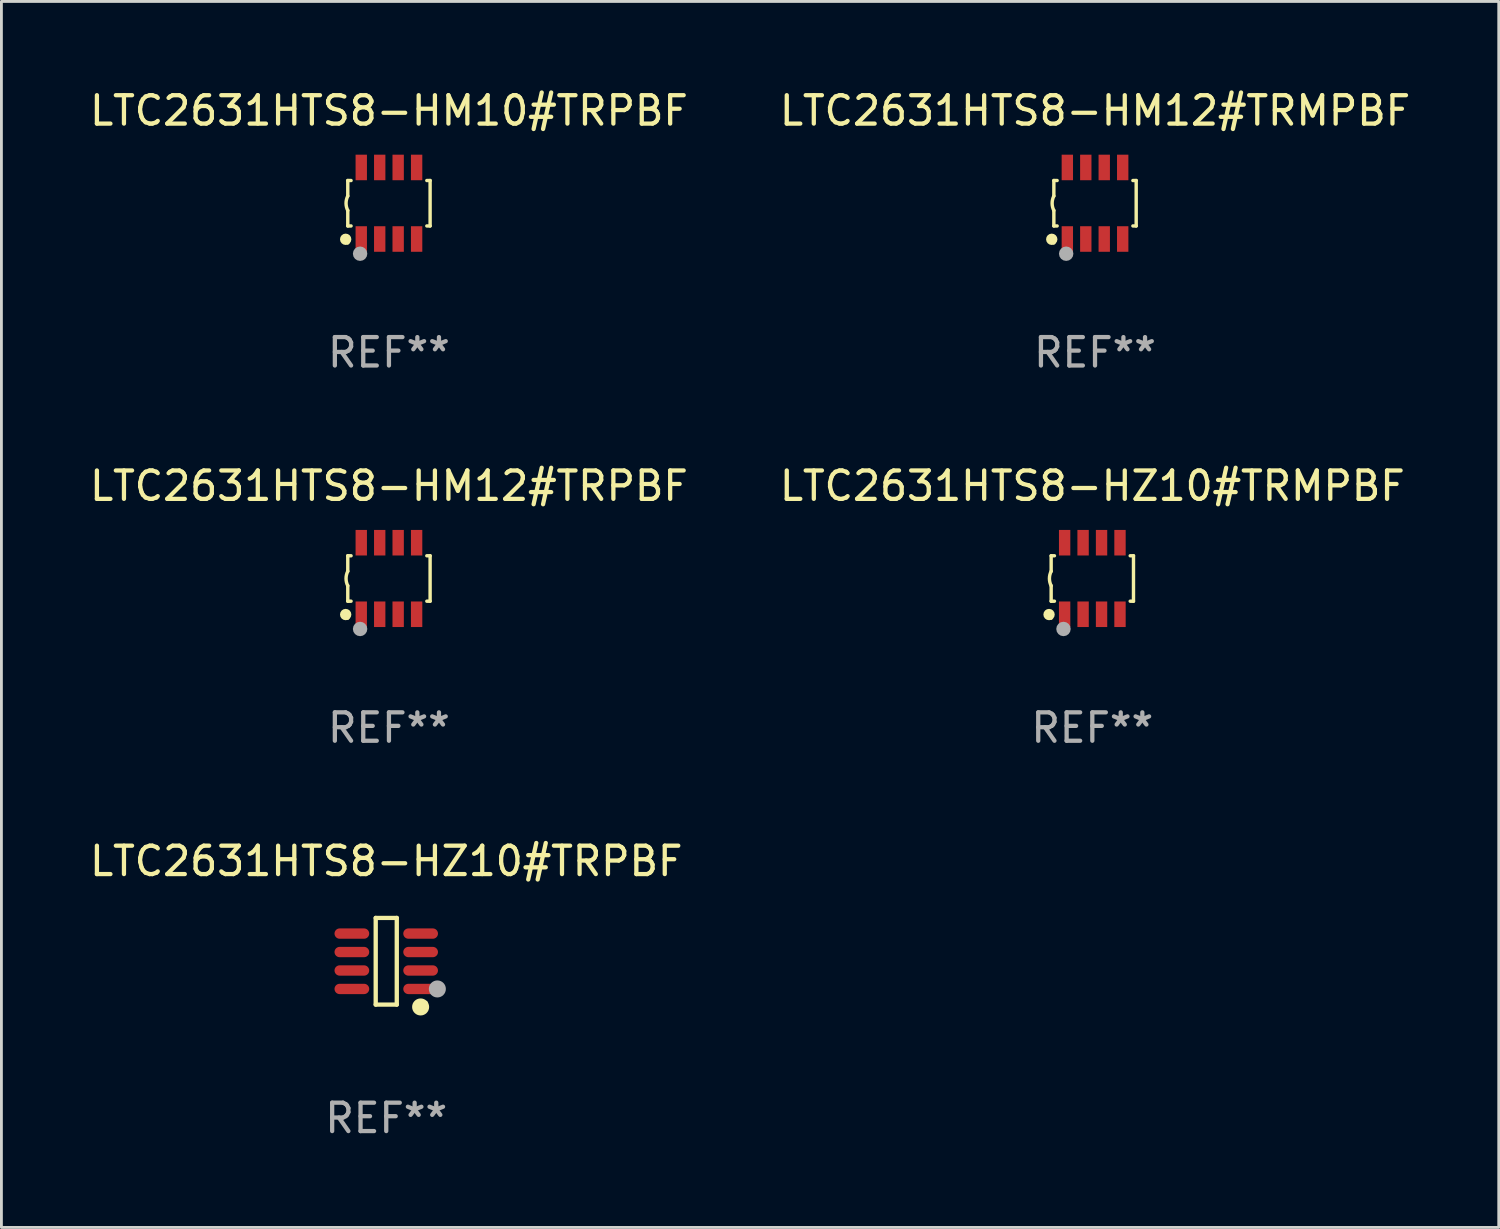
<source format=kicad_pcb>
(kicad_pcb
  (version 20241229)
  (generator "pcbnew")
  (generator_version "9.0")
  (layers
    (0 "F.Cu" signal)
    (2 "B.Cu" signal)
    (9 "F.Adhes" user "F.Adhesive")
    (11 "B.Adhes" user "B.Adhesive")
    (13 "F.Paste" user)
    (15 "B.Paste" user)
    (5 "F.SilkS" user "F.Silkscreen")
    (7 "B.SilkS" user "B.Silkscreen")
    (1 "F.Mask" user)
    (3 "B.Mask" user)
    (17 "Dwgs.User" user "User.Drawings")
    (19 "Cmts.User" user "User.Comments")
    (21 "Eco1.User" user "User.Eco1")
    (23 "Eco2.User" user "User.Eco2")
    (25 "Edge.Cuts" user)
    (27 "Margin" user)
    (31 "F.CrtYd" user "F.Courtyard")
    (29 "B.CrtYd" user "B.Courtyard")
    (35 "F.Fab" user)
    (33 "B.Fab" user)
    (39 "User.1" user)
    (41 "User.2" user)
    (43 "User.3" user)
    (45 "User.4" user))
  (footprint "LTC2631HTS8-HM12#TRPBF"
    (layer "F.Cu")
    (at 10.649 17.325)
    (property "Reference" "LTC2631HTS8-HM12#TRPBF" (at 0 -3.26 0) (layer "F.SilkS") (effects (font (size 1 1) (thickness 0.15))))
    (attr through_hole)
    (fp_line (start -1.45 -0.8) (end -1.45 -0.254) (stroke (width 0.12) (type solid)) (layer "F.SilkS"))
    (fp_line (start -1.45 -0.8) (end -1.334 -0.8) (stroke (width 0.12) (type solid)) (layer "F.SilkS"))
    (fp_line (start -1.45 0.8) (end -1.45 0.254) (stroke (width 0.12) (type solid)) (layer "F.SilkS"))
    (fp_line (start -1.45 0.8) (end -1.334 0.8) (stroke (width 0.12) (type solid)) (layer "F.SilkS"))
    (fp_line (start 1.334 -0.8) (end 1.45 -0.8) (stroke (width 0.12) (type solid)) (layer "F.SilkS"))
    (fp_line (start 1.334 0.8) (end 1.45 0.8) (stroke (width 0.12) (type solid)) (layer "F.SilkS"))
    (fp_line (start 1.45 0.8) (end 1.45 -0.8) (stroke (width 0.12) (type solid)) (layer "F.SilkS"))
    (fp_arc (start -1.45075 0.255144) (mid -1.510605 0.000434) (end -1.450013 -0.254102) (stroke (width 0.11999) (type solid)) (layer "F.SilkS"))
    (fp_circle (center -1.524 1.27) (end -1.424 1.27) (stroke (width 0.2) (type solid)) (fill no) (layer "F.SilkS"))
    (fp_circle (center -1.45 1.4) (end -1.42 1.4) (stroke (width 0.06) (type solid)) (fill no) (layer "F.SilkS"))
    (fp_circle (center -1.016 1.778) (end -0.889 1.778) (stroke (width 0.254) (type solid)) (fill no) (layer "F.Fab"))
    (fp_text user "REF**" (at 0 5.26 0) (layer "F.Fab") (effects (font (size 1 1) (thickness 0.15))))
    (pad "1" smd rect (at -0.975 1.26) (size 0.4 0.9) (layers "F.Cu" "F.Mask" "F.Paste"))
    (pad "2" smd rect (at -0.325 1.26) (size 0.4 0.9) (layers "F.Cu" "F.Mask" "F.Paste"))
    (pad "3" smd rect (at 0.325 1.26) (size 0.4 0.9) (layers "F.Cu" "F.Mask" "F.Paste"))
    (pad "4" smd rect (at 0.975 1.26) (size 0.4 0.9) (layers "F.Cu" "F.Mask" "F.Paste"))
    (pad "5" smd rect (at 0.975 -1.26) (size 0.4 0.9) (layers "F.Cu" "F.Mask" "F.Paste"))
    (pad "6" smd rect (at 0.325 -1.26) (size 0.4 0.9) (layers "F.Cu" "F.Mask" "F.Paste"))
    (pad "7" smd rect (at -0.325 -1.26) (size 0.4 0.9) (layers "F.Cu" "F.Mask" "F.Paste"))
    (pad "8" smd rect (at -0.975 -1.26) (size 0.4 0.9) (layers "F.Cu" "F.Mask" "F.Paste")))
  (footprint "LTC2631HTS8-HZ10#TRMPBF"
    (layer "F.Cu")
    (at 35.423 17.325)
    (property "Reference" "LTC2631HTS8-HZ10#TRMPBF" (at 0 -3.26 0) (layer "F.SilkS") (effects (font (size 1 1) (thickness 0.15))))
    (attr through_hole)
    (fp_line (start -1.45 -0.8) (end -1.45 -0.254) (stroke (width 0.12) (type solid)) (layer "F.SilkS"))
    (fp_line (start -1.45 -0.8) (end -1.334 -0.8) (stroke (width 0.12) (type solid)) (layer "F.SilkS"))
    (fp_line (start -1.45 0.8) (end -1.45 0.254) (stroke (width 0.12) (type solid)) (layer "F.SilkS"))
    (fp_line (start -1.45 0.8) (end -1.334 0.8) (stroke (width 0.12) (type solid)) (layer "F.SilkS"))
    (fp_line (start 1.334 -0.8) (end 1.45 -0.8) (stroke (width 0.12) (type solid)) (layer "F.SilkS"))
    (fp_line (start 1.334 0.8) (end 1.45 0.8) (stroke (width 0.12) (type solid)) (layer "F.SilkS"))
    (fp_line (start 1.45 0.8) (end 1.45 -0.8) (stroke (width 0.12) (type solid)) (layer "F.SilkS"))
    (fp_arc (start -1.45075 0.255144) (mid -1.510605 0.000434) (end -1.450013 -0.254102) (stroke (width 0.11999) (type solid)) (layer "F.SilkS"))
    (fp_circle (center -1.524 1.27) (end -1.424 1.27) (stroke (width 0.2) (type solid)) (fill no) (layer "F.SilkS"))
    (fp_circle (center -1.45 1.4) (end -1.42 1.4) (stroke (width 0.06) (type solid)) (fill no) (layer "F.SilkS"))
    (fp_circle (center -1.016 1.778) (end -0.889 1.778) (stroke (width 0.254) (type solid)) (fill no) (layer "F.Fab"))
    (fp_text user "REF**" (at 0 5.26 0) (layer "F.Fab") (effects (font (size 1 1) (thickness 0.15))))
    (pad "1" smd rect (at -0.975 1.26) (size 0.4 0.9) (layers "F.Cu" "F.Mask" "F.Paste"))
    (pad "2" smd rect (at -0.325 1.26) (size 0.4 0.9) (layers "F.Cu" "F.Mask" "F.Paste"))
    (pad "3" smd rect (at 0.325 1.26) (size 0.4 0.9) (layers "F.Cu" "F.Mask" "F.Paste"))
    (pad "4" smd rect (at 0.975 1.26) (size 0.4 0.9) (layers "F.Cu" "F.Mask" "F.Paste"))
    (pad "5" smd rect (at 0.975 -1.26) (size 0.4 0.9) (layers "F.Cu" "F.Mask" "F.Paste"))
    (pad "6" smd rect (at 0.325 -1.26) (size 0.4 0.9) (layers "F.Cu" "F.Mask" "F.Paste"))
    (pad "7" smd rect (at -0.325 -1.26) (size 0.4 0.9) (layers "F.Cu" "F.Mask" "F.Paste"))
    (pad "8" smd rect (at -0.975 -1.26) (size 0.4 0.9) (layers "F.Cu" "F.Mask" "F.Paste")))
  (footprint "LTC2631HTS8-HZ10#TRPBF"
    (layer "F.Cu")
    (at 10.554 30.807)
    (property "Reference" "LTC2631HTS8-HZ10#TRPBF" (at 0 -3.526 0) (layer "F.SilkS") (effects (font (size 1 1) (thickness 0.15))))
    (attr through_hole)
    (fp_line (start -0.371 -1.526) (end 0.371 -1.526) (stroke (width 0.152) (type solid)) (layer "F.SilkS"))
    (fp_line (start -0.371 1.526) (end -0.371 -1.526) (stroke (width 0.152) (type solid)) (layer "F.SilkS"))
    (fp_line (start 0.371 -1.526) (end 0.371 1.526) (stroke (width 0.152) (type solid)) (layer "F.SilkS"))
    (fp_line (start 0.371 1.526) (end -0.371 1.526) (stroke (width 0.152) (type solid)) (layer "F.SilkS"))
    (fp_circle (center 1.211 1.609) (end 1.361 1.609) (stroke (width 0.3) (type solid)) (fill no) (layer "F.SilkS"))
    (fp_circle (center 1.4 1.45) (end 1.43 1.45) (stroke (width 0.06) (type solid)) (fill no) (layer "F.SilkS"))
    (fp_circle (center 1.8 0.975) (end 1.95 0.975) (stroke (width 0.3) (type solid)) (fill no) (layer "F.Fab"))
    (fp_text user "REF**" (at 0 5.526 0) (layer "F.Fab") (effects (font (size 1 1) (thickness 0.15))))
    (pad "1" smd oval (at 1.211 0.975) (size 1.222 0.364) (layers "F.Cu" "F.Mask" "F.Paste"))
    (pad "2" smd oval (at 1.211 0.325) (size 1.222 0.364) (layers "F.Cu" "F.Mask" "F.Paste"))
    (pad "3" smd oval (at 1.211 -0.325) (size 1.222 0.364) (layers "F.Cu" "F.Mask" "F.Paste"))
    (pad "4" smd oval (at 1.211 -0.975) (size 1.222 0.364) (layers "F.Cu" "F.Mask" "F.Paste"))
    (pad "5" smd oval (at -1.211 -0.975) (size 1.222 0.364) (layers "F.Cu" "F.Mask" "F.Paste"))
    (pad "6" smd oval (at -1.211 -0.325) (size 1.222 0.364) (layers "F.Cu" "F.Mask" "F.Paste"))
    (pad "7" smd oval (at -1.211 0.325) (size 1.222 0.364) (layers "F.Cu" "F.Mask" "F.Paste"))
    (pad "8" smd oval (at -1.211 0.975) (size 1.222 0.364) (layers "F.Cu" "F.Mask" "F.Paste")))
  (footprint "LTC2631HTS8-HM12#TRMPBF"
    (layer "F.Cu")
    (at 35.518 4.108)
    (property "Reference" "LTC2631HTS8-HM12#TRMPBF" (at 0 -3.26 0) (layer "F.SilkS") (effects (font (size 1 1) (thickness 0.15))))
    (attr through_hole)
    (fp_line (start -1.45 -0.8) (end -1.45 -0.254) (stroke (width 0.12) (type solid)) (layer "F.SilkS"))
    (fp_line (start -1.45 -0.8) (end -1.334 -0.8) (stroke (width 0.12) (type solid)) (layer "F.SilkS"))
    (fp_line (start -1.45 0.8) (end -1.45 0.254) (stroke (width 0.12) (type solid)) (layer "F.SilkS"))
    (fp_line (start -1.45 0.8) (end -1.334 0.8) (stroke (width 0.12) (type solid)) (layer "F.SilkS"))
    (fp_line (start 1.334 -0.8) (end 1.45 -0.8) (stroke (width 0.12) (type solid)) (layer "F.SilkS"))
    (fp_line (start 1.334 0.8) (end 1.45 0.8) (stroke (width 0.12) (type solid)) (layer "F.SilkS"))
    (fp_line (start 1.45 0.8) (end 1.45 -0.8) (stroke (width 0.12) (type solid)) (layer "F.SilkS"))
    (fp_arc (start -1.45075 0.255144) (mid -1.510605 0.000434) (end -1.450013 -0.254102) (stroke (width 0.11999) (type solid)) (layer "F.SilkS"))
    (fp_circle (center -1.524 1.27) (end -1.424 1.27) (stroke (width 0.2) (type solid)) (fill no) (layer "F.SilkS"))
    (fp_circle (center -1.45 1.4) (end -1.42 1.4) (stroke (width 0.06) (type solid)) (fill no) (layer "F.SilkS"))
    (fp_circle (center -1.016 1.778) (end -0.889 1.778) (stroke (width 0.254) (type solid)) (fill no) (layer "F.Fab"))
    (fp_text user "REF**" (at 0 5.26 0) (layer "F.Fab") (effects (font (size 1 1) (thickness 0.15))))
    (pad "1" smd rect (at -0.975 1.26) (size 0.4 0.9) (layers "F.Cu" "F.Mask" "F.Paste"))
    (pad "2" smd rect (at -0.325 1.26) (size 0.4 0.9) (layers "F.Cu" "F.Mask" "F.Paste"))
    (pad "3" smd rect (at 0.325 1.26) (size 0.4 0.9) (layers "F.Cu" "F.Mask" "F.Paste"))
    (pad "4" smd rect (at 0.975 1.26) (size 0.4 0.9) (layers "F.Cu" "F.Mask" "F.Paste"))
    (pad "5" smd rect (at 0.975 -1.26) (size 0.4 0.9) (layers "F.Cu" "F.Mask" "F.Paste"))
    (pad "6" smd rect (at 0.325 -1.26) (size 0.4 0.9) (layers "F.Cu" "F.Mask" "F.Paste"))
    (pad "7" smd rect (at -0.325 -1.26) (size 0.4 0.9) (layers "F.Cu" "F.Mask" "F.Paste"))
    (pad "8" smd rect (at -0.975 -1.26) (size 0.4 0.9) (layers "F.Cu" "F.Mask" "F.Paste")))
  (footprint "LTC2631HTS8-HM10#TRPBF"
    (layer "F.Cu")
    (at 10.649 4.108)
    (property "Reference" "LTC2631HTS8-HM10#TRPBF" (at 0 -3.26 0) (layer "F.SilkS") (effects (font (size 1 1) (thickness 0.15))))
    (attr through_hole)
    (fp_line (start -1.45 -0.8) (end -1.45 -0.254) (stroke (width 0.12) (type solid)) (layer "F.SilkS"))
    (fp_line (start -1.45 -0.8) (end -1.334 -0.8) (stroke (width 0.12) (type solid)) (layer "F.SilkS"))
    (fp_line (start -1.45 0.8) (end -1.45 0.254) (stroke (width 0.12) (type solid)) (layer "F.SilkS"))
    (fp_line (start -1.45 0.8) (end -1.334 0.8) (stroke (width 0.12) (type solid)) (layer "F.SilkS"))
    (fp_line (start 1.334 -0.8) (end 1.45 -0.8) (stroke (width 0.12) (type solid)) (layer "F.SilkS"))
    (fp_line (start 1.334 0.8) (end 1.45 0.8) (stroke (width 0.12) (type solid)) (layer "F.SilkS"))
    (fp_line (start 1.45 0.8) (end 1.45 -0.8) (stroke (width 0.12) (type solid)) (layer "F.SilkS"))
    (fp_arc (start -1.45075 0.255144) (mid -1.510605 0.000434) (end -1.450013 -0.254102) (stroke (width 0.11999) (type solid)) (layer "F.SilkS"))
    (fp_circle (center -1.524 1.27) (end -1.424 1.27) (stroke (width 0.2) (type solid)) (fill no) (layer "F.SilkS"))
    (fp_circle (center -1.45 1.4) (end -1.42 1.4) (stroke (width 0.06) (type solid)) (fill no) (layer "F.SilkS"))
    (fp_circle (center -1.016 1.778) (end -0.889 1.778) (stroke (width 0.254) (type solid)) (fill no) (layer "F.Fab"))
    (fp_text user "REF**" (at 0 5.26 0) (layer "F.Fab") (effects (font (size 1 1) (thickness 0.15))))
    (pad "1" smd rect (at -0.975 1.26) (size 0.4 0.9) (layers "F.Cu" "F.Mask" "F.Paste"))
    (pad "2" smd rect (at -0.325 1.26) (size 0.4 0.9) (layers "F.Cu" "F.Mask" "F.Paste"))
    (pad "3" smd rect (at 0.325 1.26) (size 0.4 0.9) (layers "F.Cu" "F.Mask" "F.Paste"))
    (pad "4" smd rect (at 0.975 1.26) (size 0.4 0.9) (layers "F.Cu" "F.Mask" "F.Paste"))
    (pad "5" smd rect (at 0.975 -1.26) (size 0.4 0.9) (layers "F.Cu" "F.Mask" "F.Paste"))
    (pad "6" smd rect (at 0.325 -1.26) (size 0.4 0.9) (layers "F.Cu" "F.Mask" "F.Paste"))
    (pad "7" smd rect (at -0.325 -1.26) (size 0.4 0.9) (layers "F.Cu" "F.Mask" "F.Paste"))
    (pad "8" smd rect (at -0.975 -1.26) (size 0.4 0.9) (layers "F.Cu" "F.Mask" "F.Paste")))
  (gr_rect
    (start -3 -3)
    (end 49.738 40.182)
    (stroke (width 0.1) (type default))
    (fill no)
    (layer "Edge.Cuts")))
</source>
